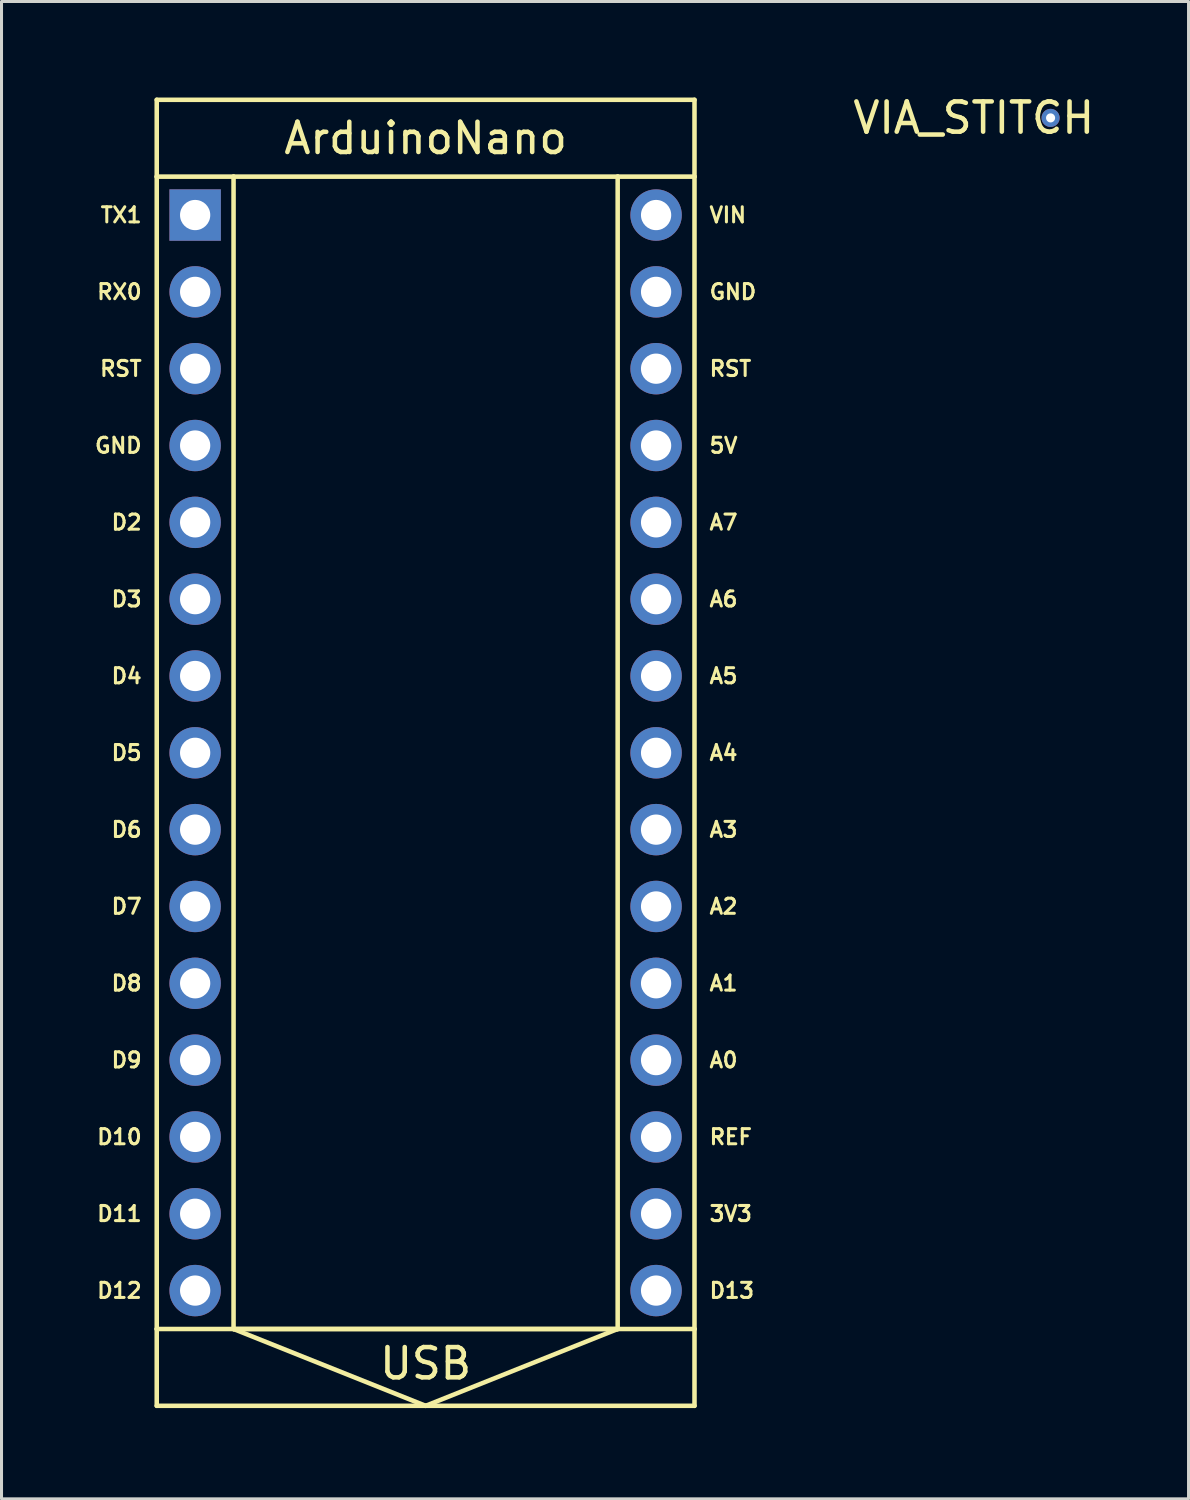
<source format=kicad_pcb>
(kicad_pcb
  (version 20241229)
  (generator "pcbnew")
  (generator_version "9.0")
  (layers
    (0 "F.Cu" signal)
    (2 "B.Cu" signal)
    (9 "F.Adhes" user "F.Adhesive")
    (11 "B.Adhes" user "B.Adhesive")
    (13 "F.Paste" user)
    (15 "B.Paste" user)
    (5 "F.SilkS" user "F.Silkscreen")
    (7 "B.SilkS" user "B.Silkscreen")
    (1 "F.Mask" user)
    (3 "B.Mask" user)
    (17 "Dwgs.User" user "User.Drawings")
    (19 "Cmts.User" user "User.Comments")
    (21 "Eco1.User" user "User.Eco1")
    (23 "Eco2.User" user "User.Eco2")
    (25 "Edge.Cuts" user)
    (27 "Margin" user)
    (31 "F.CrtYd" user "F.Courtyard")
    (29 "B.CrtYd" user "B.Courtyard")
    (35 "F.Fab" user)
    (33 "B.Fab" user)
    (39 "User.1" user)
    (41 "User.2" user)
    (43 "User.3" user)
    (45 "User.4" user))
  (footprint "VIA_STITCH"
    (layer "F.Cu")
    (at 31.685 0.848)
    (property "Reference" "VIA_STITCH" (at -2.54 0 0) (layer "F.SilkS") (effects (font (size 1 1) (thickness 0.15))))
    (attr through_hole)
    (pad "" thru_hole circle (at 0 0) (size 0.6 0.6) (drill 0.3) (layers "*.Cu")))
  (footprint "ArduinoNano"
    (layer "F.Cu")
    (at 2.132 0.25)
    (property "Reference" "ArduinoNano" (at 8.89 1.27 0) (layer "F.SilkS") (effects (font (size 1 1) (thickness 0.15))))
    (attr through_hole)
    (fp_line (start 0 0) (end 17.78 0) (stroke (width 0.15) (type solid)) (layer "F.SilkS"))
    (fp_line (start 0 2.54) (end 0 0) (stroke (width 0.15) (type solid)) (layer "F.SilkS"))
    (fp_line (start 0 2.54) (end 2.54 2.54) (stroke (width 0.15) (type solid)) (layer "F.SilkS"))
    (fp_line (start 0 40.64) (end 0 2.54) (stroke (width 0.15) (type solid)) (layer "F.SilkS"))
    (fp_line (start 0 43.18) (end 0 40.64) (stroke (width 0.15) (type solid)) (layer "F.SilkS"))
    (fp_line (start 2.54 2.54) (end 2.54 40.64) (stroke (width 0.15) (type solid)) (layer "F.SilkS"))
    (fp_line (start 2.54 40.64) (end 0 40.64) (stroke (width 0.15) (type solid)) (layer "F.SilkS"))
    (fp_line (start 2.54 40.64) (end 15.24 40.64) (stroke (width 0.15) (type solid)) (layer "F.SilkS"))
    (fp_line (start 2.54 40.64) (end 15.24 40.64) (stroke (width 0.15) (type solid)) (layer "F.SilkS"))
    (fp_line (start 8.89 43.18) (end 2.54 40.64) (stroke (width 0.15) (type solid)) (layer "F.SilkS"))
    (fp_line (start 15.24 2.54) (end 2.54 2.54) (stroke (width 0.15) (type solid)) (layer "F.SilkS"))
    (fp_line (start 15.24 2.54) (end 17.78 2.54) (stroke (width 0.15) (type solid)) (layer "F.SilkS"))
    (fp_line (start 15.24 40.64) (end 8.89 43.18) (stroke (width 0.15) (type solid)) (layer "F.SilkS"))
    (fp_line (start 15.24 40.64) (end 15.24 2.54) (stroke (width 0.15) (type solid)) (layer "F.SilkS"))
    (fp_line (start 17.78 0) (end 17.78 2.54) (stroke (width 0.15) (type solid)) (layer "F.SilkS"))
    (fp_line (start 17.78 2.54) (end 17.78 40.64) (stroke (width 0.15) (type solid)) (layer "F.SilkS"))
    (fp_line (start 17.78 40.64) (end 15.24 40.64) (stroke (width 0.15) (type solid)) (layer "F.SilkS"))
    (fp_line (start 17.78 40.64) (end 17.78 43.18) (stroke (width 0.15) (type solid)) (layer "F.SilkS"))
    (fp_line (start 17.78 43.18) (end 0 43.18) (stroke (width 0.15) (type solid)) (layer "F.SilkS"))
    (fp_text user "5V" (at 18.74 11.43 0) (layer "F.SilkS") (effects (font (size 0.5 0.5) (thickness 0.1))))
    (fp_text user "D5" (at -0.996 21.59 0) (layer "F.SilkS") (effects (font (size 0.5 0.5) (thickness 0.1))))
    (fp_text user "3V3" (at 18.979 36.83 0) (layer "F.SilkS") (effects (font (size 0.5 0.5) (thickness 0.1))))
    (fp_text user "REF" (at 18.979 34.29 0) (layer "F.SilkS") (effects (font (size 0.5 0.5) (thickness 0.1))))
    (fp_text user "A4" (at 18.74 21.59 0) (layer "F.SilkS") (effects (font (size 0.5 0.5) (thickness 0.1))))
    (fp_text user "A7" (at 18.74 13.97 0) (layer "F.SilkS") (effects (font (size 0.5 0.5) (thickness 0.1))))
    (fp_text user "A1" (at 18.74 29.21 0) (layer "F.SilkS") (effects (font (size 0.5 0.5) (thickness 0.1))))
    (fp_text user "A6" (at 18.74 16.51 0) (layer "F.SilkS") (effects (font (size 0.5 0.5) (thickness 0.1))))
    (fp_text user "D4" (at -0.996 19.05 0) (layer "F.SilkS") (effects (font (size 0.5 0.5) (thickness 0.1))))
    (fp_text user "A2" (at 18.74 26.67 0) (layer "F.SilkS") (effects (font (size 0.5 0.5) (thickness 0.1))))
    (fp_text user "D11" (at -1.234 36.83 0) (layer "F.SilkS") (effects (font (size 0.5 0.5) (thickness 0.1))))
    (fp_text user "D12" (at -1.234 39.37 0) (layer "F.SilkS") (effects (font (size 0.5 0.5) (thickness 0.1))))
    (fp_text user "D8" (at -0.996 29.21 0) (layer "F.SilkS") (effects (font (size 0.5 0.5) (thickness 0.1))))
    (fp_text user "A3" (at 18.74 24.13 0) (layer "F.SilkS") (effects (font (size 0.5 0.5) (thickness 0.1))))
    (fp_text user "D6" (at -0.996 24.13 0) (layer "F.SilkS") (effects (font (size 0.5 0.5) (thickness 0.1))))
    (fp_text user "D7" (at -0.996 26.67 0) (layer "F.SilkS") (effects (font (size 0.5 0.5) (thickness 0.1))))
    (fp_text user "D9" (at -0.996 31.75 0) (layer "F.SilkS") (effects (font (size 0.5 0.5) (thickness 0.1))))
    (fp_text user "RST" (at 18.967 8.89 0) (layer "F.SilkS") (effects (font (size 0.5 0.5) (thickness 0.1))))
    (fp_text user "D3" (at -0.996 16.51 0) (layer "F.SilkS") (effects (font (size 0.5 0.5) (thickness 0.1))))
    (fp_text user "VIN" (at 18.883 3.81 0) (layer "F.SilkS") (effects (font (size 0.5 0.5) (thickness 0.1))))
    (fp_text user "D13" (at 19.014 39.37 0) (layer "F.SilkS") (effects (font (size 0.5 0.5) (thickness 0.1))))
    (fp_text user "GND" (at -1.27 11.43 0) (layer "F.SilkS") (effects (font (size 0.5 0.5) (thickness 0.1))))
    (fp_text user "D10" (at -1.234 34.29 0) (layer "F.SilkS") (effects (font (size 0.5 0.5) (thickness 0.1))))
    (fp_text user "A5" (at 18.74 19.05 0) (layer "F.SilkS") (effects (font (size 0.5 0.5) (thickness 0.1))))
    (fp_text user "A0" (at 18.74 31.75 0) (layer "F.SilkS") (effects (font (size 0.5 0.5) (thickness 0.1))))
    (fp_text user "USB" (at 8.89 41.783 0) (layer "F.SilkS") (effects (font (size 1 1) (thickness 0.15))))
    (fp_text user "RX0" (at -1.234 6.35 0) (layer "F.SilkS") (effects (font (size 0.5 0.5) (thickness 0.1))))
    (fp_text user "RST" (at -1.187 8.89 0) (layer "F.SilkS") (effects (font (size 0.5 0.5) (thickness 0.1))))
    (fp_text user "GND" (at 19.05 6.35 0) (layer "F.SilkS") (effects (font (size 0.5 0.5) (thickness 0.1))))
    (fp_text user "TX1" (at -1.175 3.81 0) (layer "F.SilkS") (effects (font (size 0.5 0.5) (thickness 0.1))))
    (fp_text user "D2" (at -0.996 13.97 0) (layer "F.SilkS") (effects (font (size 0.5 0.5) (thickness 0.1))))
    (pad "1" thru_hole rect (at 1.27 3.81) (size 1.7 1.7) (drill 1) (layers "*.Cu" "*.Mask"))
    (pad "2" thru_hole circle (at 1.27 6.35) (size 1.7 1.7) (drill 1) (layers "*.Cu" "*.Mask"))
    (pad "3" thru_hole circle (at 1.27 8.89) (size 1.7 1.7) (drill 1) (layers "*.Cu" "*.Mask"))
    (pad "4" thru_hole circle (at 1.27 11.43) (size 1.7 1.7) (drill 1) (layers "*.Cu" "*.Mask"))
    (pad "5" thru_hole circle (at 1.27 13.97) (size 1.7 1.7) (drill 1) (layers "*.Cu" "*.Mask"))
    (pad "6" thru_hole circle (at 1.27 16.51) (size 1.7 1.7) (drill 1) (layers "*.Cu" "*.Mask"))
    (pad "7" thru_hole circle (at 1.27 19.05) (size 1.7 1.7) (drill 1) (layers "*.Cu" "*.Mask"))
    (pad "8" thru_hole circle (at 1.27 21.59) (size 1.7 1.7) (drill 1) (layers "*.Cu" "*.Mask"))
    (pad "9" thru_hole circle (at 1.27 24.13) (size 1.7 1.7) (drill 1) (layers "*.Cu" "*.Mask"))
    (pad "10" thru_hole circle (at 1.27 26.67) (size 1.7 1.7) (drill 1) (layers "*.Cu" "*.Mask"))
    (pad "11" thru_hole circle (at 1.27 29.21) (size 1.7 1.7) (drill 1) (layers "*.Cu" "*.Mask"))
    (pad "12" thru_hole circle (at 1.27 31.75) (size 1.7 1.7) (drill 1) (layers "*.Cu" "*.Mask"))
    (pad "13" thru_hole circle (at 1.27 34.29) (size 1.7 1.7) (drill 1) (layers "*.Cu" "*.Mask"))
    (pad "14" thru_hole circle (at 1.27 36.83) (size 1.7 1.7) (drill 1) (layers "*.Cu" "*.Mask"))
    (pad "15" thru_hole circle (at 1.27 39.37) (size 1.7 1.7) (drill 1) (layers "*.Cu" "*.Mask"))
    (pad "16" thru_hole circle (at 16.51 3.81) (size 1.7 1.7) (drill 1) (layers "*.Cu" "*.Mask"))
    (pad "17" thru_hole circle (at 16.51 6.35) (size 1.7 1.7) (drill 1) (layers "*.Cu" "*.Mask"))
    (pad "18" thru_hole circle (at 16.51 8.89) (size 1.7 1.7) (drill 1) (layers "*.Cu" "*.Mask"))
    (pad "19" thru_hole circle (at 16.51 11.43) (size 1.7 1.7) (drill 1) (layers "*.Cu" "*.Mask"))
    (pad "20" thru_hole circle (at 16.51 13.97) (size 1.7 1.7) (drill 1) (layers "*.Cu" "*.Mask"))
    (pad "21" thru_hole circle (at 16.51 16.51) (size 1.7 1.7) (drill 1) (layers "*.Cu" "*.Mask"))
    (pad "22" thru_hole circle (at 16.51 19.05) (size 1.7 1.7) (drill 1) (layers "*.Cu" "*.Mask"))
    (pad "23" thru_hole circle (at 16.51 21.59) (size 1.7 1.7) (drill 1) (layers "*.Cu" "*.Mask"))
    (pad "24" thru_hole circle (at 16.51 24.13) (size 1.7 1.7) (drill 1) (layers "*.Cu" "*.Mask"))
    (pad "25" thru_hole circle (at 16.51 26.67) (size 1.7 1.7) (drill 1) (layers "*.Cu" "*.Mask"))
    (pad "26" thru_hole circle (at 16.51 29.21) (size 1.7 1.7) (drill 1) (layers "*.Cu" "*.Mask"))
    (pad "27" thru_hole circle (at 16.51 31.75) (size 1.7 1.7) (drill 1) (layers "*.Cu" "*.Mask"))
    (pad "28" thru_hole circle (at 16.51 34.29) (size 1.7 1.7) (drill 1) (layers "*.Cu" "*.Mask"))
    (pad "29" thru_hole circle (at 16.51 36.83) (size 1.7 1.7) (drill 1) (layers "*.Cu" "*.Mask"))
    (pad "30" thru_hole circle (at 16.51 39.37) (size 1.7 1.7) (drill 1) (layers "*.Cu" "*.Mask")))
  (gr_rect
    (start -3 -3)
    (end 36.246 46.505)
    (stroke (width 0.1) (type default))
    (fill no)
    (layer "Edge.Cuts")))
</source>
